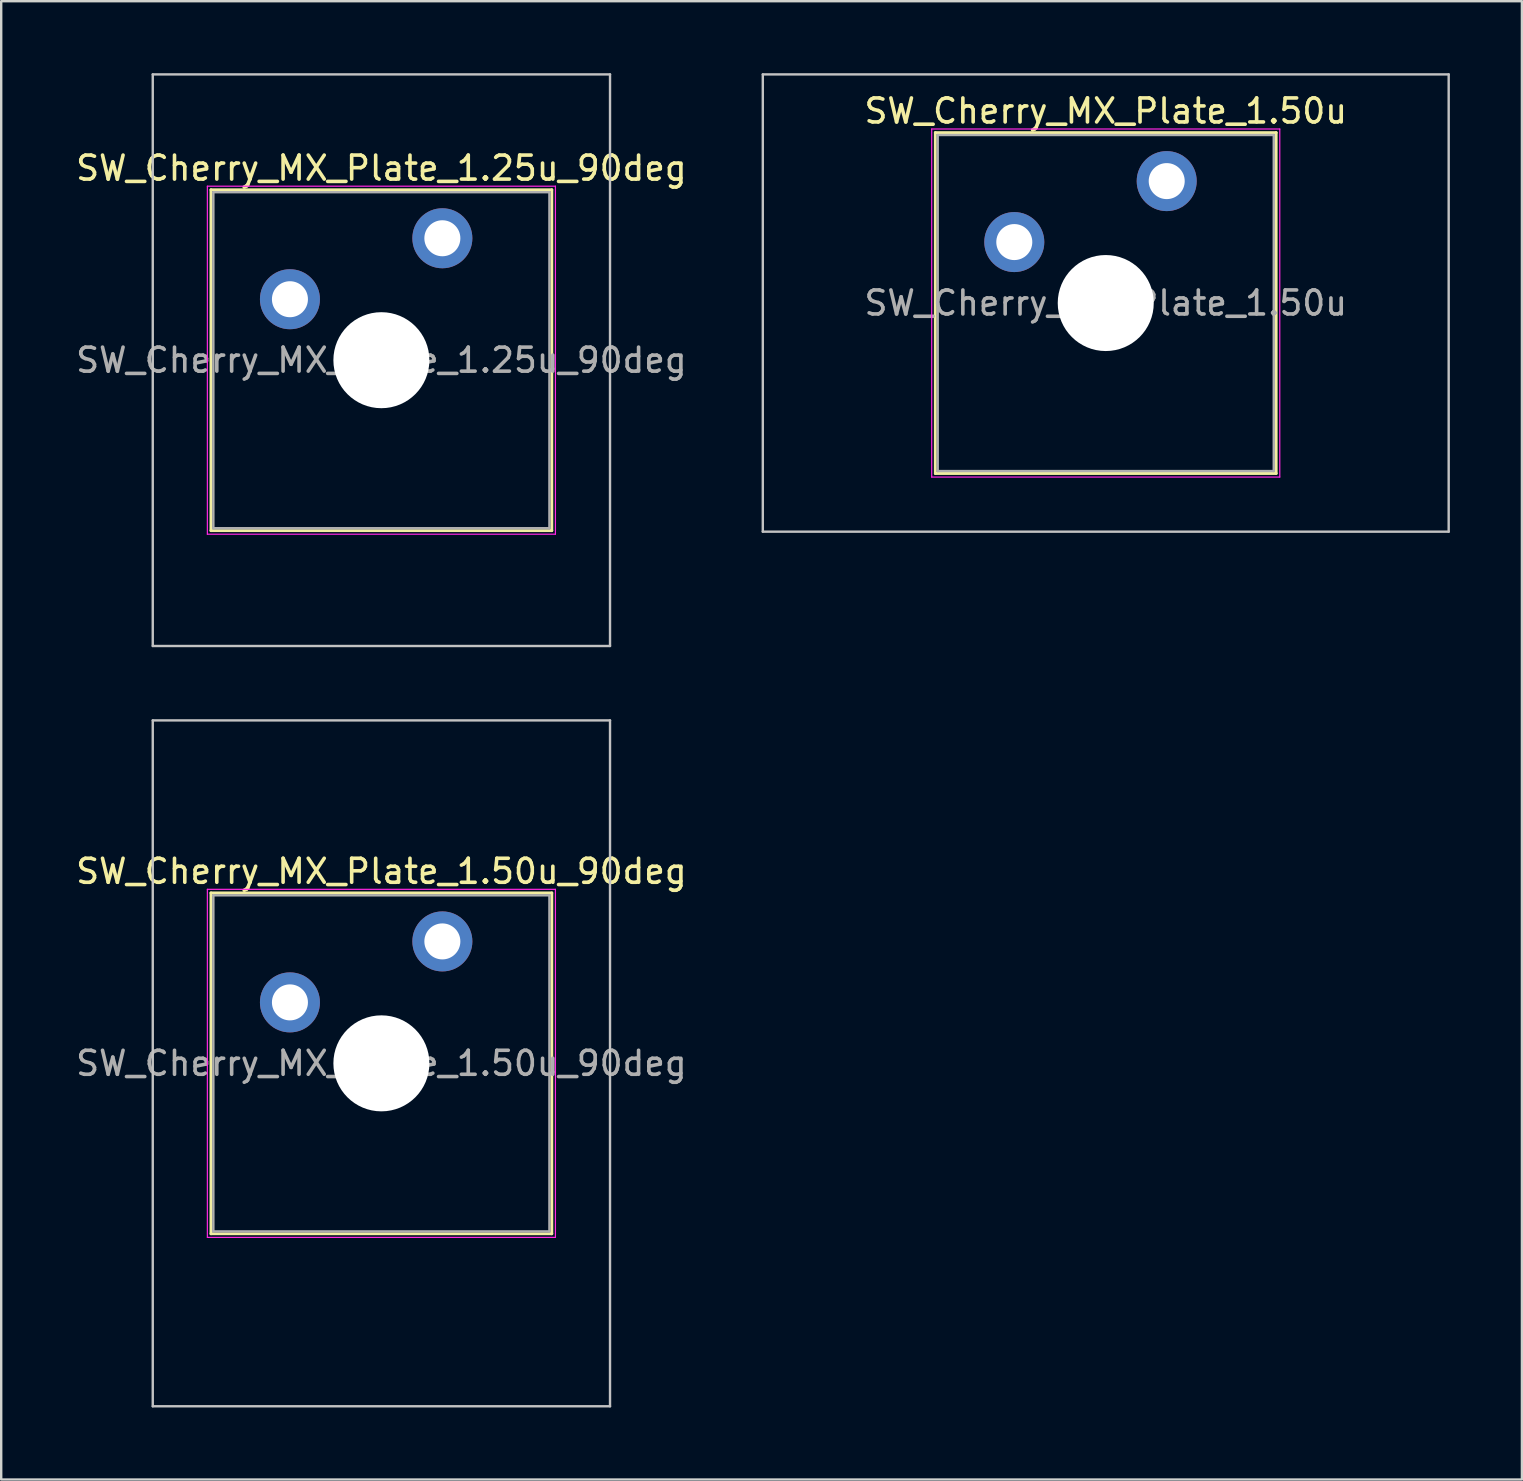
<source format=kicad_pcb>
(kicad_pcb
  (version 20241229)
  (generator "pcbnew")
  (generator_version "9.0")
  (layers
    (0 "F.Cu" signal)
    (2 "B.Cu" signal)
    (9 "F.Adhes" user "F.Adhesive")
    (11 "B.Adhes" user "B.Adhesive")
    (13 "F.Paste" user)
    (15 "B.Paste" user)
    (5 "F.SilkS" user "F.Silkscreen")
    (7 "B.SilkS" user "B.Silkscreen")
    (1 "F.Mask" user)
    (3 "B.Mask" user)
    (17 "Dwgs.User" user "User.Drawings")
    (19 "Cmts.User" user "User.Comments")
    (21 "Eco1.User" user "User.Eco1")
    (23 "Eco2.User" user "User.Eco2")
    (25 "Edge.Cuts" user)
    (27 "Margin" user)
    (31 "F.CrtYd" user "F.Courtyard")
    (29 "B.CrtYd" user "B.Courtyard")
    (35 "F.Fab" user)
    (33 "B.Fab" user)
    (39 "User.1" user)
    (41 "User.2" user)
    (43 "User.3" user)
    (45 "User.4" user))
  (footprint "SW_Cherry_MX_Plate_1.25u_90deg"
    (layer "F.Cu")
    (at 12.839 11.956)
    (property "Reference" "SW_Cherry_MX_Plate_1.25u_90deg" (at 0 -8 0) (layer "F.SilkS") (effects (font (size 1 1) (thickness 0.15))))
    (attr through_hole)
    (fp_line (start -7.1 -7.1) (end -7.1 7.1) (stroke (width 0.12) (type solid)) (layer "F.SilkS"))
    (fp_line (start -7.1 7.1) (end 7.1 7.1) (stroke (width 0.12) (type solid)) (layer "F.SilkS"))
    (fp_line (start 7.1 -7.1) (end -7.1 -7.1) (stroke (width 0.12) (type solid)) (layer "F.SilkS"))
    (fp_line (start 7.1 7.1) (end 7.1 -7.1) (stroke (width 0.12) (type solid)) (layer "F.SilkS"))
    (fp_line (start -9.525 -11.906) (end 9.525 -11.906) (stroke (width 0.1) (type solid)) (layer "Dwgs.User"))
    (fp_line (start -9.525 11.906) (end -9.525 -11.906) (stroke (width 0.1) (type solid)) (layer "Dwgs.User"))
    (fp_line (start 9.525 -11.906) (end 9.525 11.906) (stroke (width 0.1) (type solid)) (layer "Dwgs.User"))
    (fp_line (start 9.525 11.906) (end -9.525 11.906) (stroke (width 0.1) (type solid)) (layer "Dwgs.User"))
    (fp_line (start -7 -7) (end -7 7) (stroke (width 0.1) (type solid)) (layer "Eco1.User"))
    (fp_line (start -7 7) (end 7 7) (stroke (width 0.1) (type solid)) (layer "Eco1.User"))
    (fp_line (start 7 -7) (end -7 -7) (stroke (width 0.1) (type solid)) (layer "Eco1.User"))
    (fp_line (start 7 7) (end 7 -7) (stroke (width 0.1) (type solid)) (layer "Eco1.User"))
    (fp_line (start -7.25 -7.25) (end -7.25 7.25) (stroke (width 0.05) (type solid)) (layer "F.CrtYd"))
    (fp_line (start -7.25 7.25) (end 7.25 7.25) (stroke (width 0.05) (type solid)) (layer "F.CrtYd"))
    (fp_line (start 7.25 -7.25) (end -7.25 -7.25) (stroke (width 0.05) (type solid)) (layer "F.CrtYd"))
    (fp_line (start 7.25 7.25) (end 7.25 -7.25) (stroke (width 0.05) (type solid)) (layer "F.CrtYd"))
    (fp_line (start -7 -7) (end -7 7) (stroke (width 0.1) (type solid)) (layer "F.Fab"))
    (fp_line (start -7 7) (end 7 7) (stroke (width 0.1) (type solid)) (layer "F.Fab"))
    (fp_line (start 7 -7) (end -7 -7) (stroke (width 0.1) (type solid)) (layer "F.Fab"))
    (fp_line (start 7 7) (end 7 -7) (stroke (width 0.1) (type solid)) (layer "F.Fab"))
    (fp_text user "${REFERENCE}" (at 0 0 0) (layer "F.Fab") (effects (font (size 1 1) (thickness 0.15))))
    (pad "" smd circle (at -3.81 -2.54) (size 1.55 1.55) (layers "F.Mask"))
    (pad "" np_thru_hole circle (at 0 0) (size 4 4) (drill 4) (layers "*.Cu" "*.Mask"))
    (pad "" smd circle (at 2.54 -5.08) (size 1.55 1.55) (layers "F.Mask"))
    (pad "1" thru_hole circle (at -3.81 -2.54) (size 2.5 2.5) (drill 1.5) (layers "*.Cu" "B.Mask"))
    (pad "2" thru_hole circle (at 2.54 -5.08) (size 2.5 2.5) (drill 1.5) (layers "*.Cu" "B.Mask")))
  (footprint "SW_Cherry_MX_Plate_1.50u"
    (layer "F.Cu")
    (at 43.016 9.575)
    (property "Reference" "SW_Cherry_MX_Plate_1.50u" (at 0 -8 0) (layer "F.SilkS") (effects (font (size 1 1) (thickness 0.15))))
    (attr through_hole)
    (fp_line (start -7.1 -7.1) (end -7.1 7.1) (stroke (width 0.12) (type solid)) (layer "F.SilkS"))
    (fp_line (start -7.1 7.1) (end 7.1 7.1) (stroke (width 0.12) (type solid)) (layer "F.SilkS"))
    (fp_line (start 7.1 -7.1) (end -7.1 -7.1) (stroke (width 0.12) (type solid)) (layer "F.SilkS"))
    (fp_line (start 7.1 7.1) (end 7.1 -7.1) (stroke (width 0.12) (type solid)) (layer "F.SilkS"))
    (fp_line (start -14.287 -9.525) (end -14.287 9.525) (stroke (width 0.1) (type solid)) (layer "Dwgs.User"))
    (fp_line (start -14.287 9.525) (end 14.287 9.525) (stroke (width 0.1) (type solid)) (layer "Dwgs.User"))
    (fp_line (start 14.287 -9.525) (end -14.287 -9.525) (stroke (width 0.1) (type solid)) (layer "Dwgs.User"))
    (fp_line (start 14.287 9.525) (end 14.287 -9.525) (stroke (width 0.1) (type solid)) (layer "Dwgs.User"))
    (fp_line (start -7 -7) (end -7 7) (stroke (width 0.1) (type solid)) (layer "Eco1.User"))
    (fp_line (start -7 7) (end 7 7) (stroke (width 0.1) (type solid)) (layer "Eco1.User"))
    (fp_line (start 7 -7) (end -7 -7) (stroke (width 0.1) (type solid)) (layer "Eco1.User"))
    (fp_line (start 7 7) (end 7 -7) (stroke (width 0.1) (type solid)) (layer "Eco1.User"))
    (fp_line (start -7.25 -7.25) (end -7.25 7.25) (stroke (width 0.05) (type solid)) (layer "F.CrtYd"))
    (fp_line (start -7.25 7.25) (end 7.25 7.25) (stroke (width 0.05) (type solid)) (layer "F.CrtYd"))
    (fp_line (start 7.25 -7.25) (end -7.25 -7.25) (stroke (width 0.05) (type solid)) (layer "F.CrtYd"))
    (fp_line (start 7.25 7.25) (end 7.25 -7.25) (stroke (width 0.05) (type solid)) (layer "F.CrtYd"))
    (fp_line (start -7 -7) (end -7 7) (stroke (width 0.1) (type solid)) (layer "F.Fab"))
    (fp_line (start -7 7) (end 7 7) (stroke (width 0.1) (type solid)) (layer "F.Fab"))
    (fp_line (start 7 -7) (end -7 -7) (stroke (width 0.1) (type solid)) (layer "F.Fab"))
    (fp_line (start 7 7) (end 7 -7) (stroke (width 0.1) (type solid)) (layer "F.Fab"))
    (fp_text user "${REFERENCE}" (at 0 0 0) (layer "F.Fab") (effects (font (size 1 1) (thickness 0.15))))
    (pad "" smd circle (at -3.81 -2.54) (size 1.55 1.55) (layers "F.Mask"))
    (pad "" np_thru_hole circle (at 0 0) (size 4 4) (drill 4) (layers "*.Cu" "*.Mask"))
    (pad "" smd circle (at 2.54 -5.08) (size 1.55 1.55) (layers "F.Mask"))
    (pad "1" thru_hole circle (at -3.81 -2.54) (size 2.5 2.5) (drill 1.5) (layers "*.Cu" "B.Mask"))
    (pad "2" thru_hole circle (at 2.54 -5.08) (size 2.5 2.5) (drill 1.5) (layers "*.Cu" "B.Mask")))
  (footprint "SW_Cherry_MX_Plate_1.50u_90deg"
    (layer "F.Cu")
    (at 12.839 41.25)
    (property "Reference" "SW_Cherry_MX_Plate_1.50u_90deg" (at 0 -8 0) (layer "F.SilkS") (effects (font (size 1 1) (thickness 0.15))))
    (attr through_hole)
    (fp_line (start -7.1 -7.1) (end -7.1 7.1) (stroke (width 0.12) (type solid)) (layer "F.SilkS"))
    (fp_line (start -7.1 7.1) (end 7.1 7.1) (stroke (width 0.12) (type solid)) (layer "F.SilkS"))
    (fp_line (start 7.1 -7.1) (end -7.1 -7.1) (stroke (width 0.12) (type solid)) (layer "F.SilkS"))
    (fp_line (start 7.1 7.1) (end 7.1 -7.1) (stroke (width 0.12) (type solid)) (layer "F.SilkS"))
    (fp_line (start -9.525 -14.287) (end 9.525 -14.287) (stroke (width 0.1) (type solid)) (layer "Dwgs.User"))
    (fp_line (start -9.525 14.287) (end -9.525 -14.287) (stroke (width 0.1) (type solid)) (layer "Dwgs.User"))
    (fp_line (start 9.525 -14.287) (end 9.525 14.287) (stroke (width 0.1) (type solid)) (layer "Dwgs.User"))
    (fp_line (start 9.525 14.287) (end -9.525 14.287) (stroke (width 0.1) (type solid)) (layer "Dwgs.User"))
    (fp_line (start -7 -7) (end -7 7) (stroke (width 0.1) (type solid)) (layer "Eco1.User"))
    (fp_line (start -7 7) (end 7 7) (stroke (width 0.1) (type solid)) (layer "Eco1.User"))
    (fp_line (start 7 -7) (end -7 -7) (stroke (width 0.1) (type solid)) (layer "Eco1.User"))
    (fp_line (start 7 7) (end 7 -7) (stroke (width 0.1) (type solid)) (layer "Eco1.User"))
    (fp_line (start -7.25 -7.25) (end -7.25 7.25) (stroke (width 0.05) (type solid)) (layer "F.CrtYd"))
    (fp_line (start -7.25 7.25) (end 7.25 7.25) (stroke (width 0.05) (type solid)) (layer "F.CrtYd"))
    (fp_line (start 7.25 -7.25) (end -7.25 -7.25) (stroke (width 0.05) (type solid)) (layer "F.CrtYd"))
    (fp_line (start 7.25 7.25) (end 7.25 -7.25) (stroke (width 0.05) (type solid)) (layer "F.CrtYd"))
    (fp_line (start -7 -7) (end -7 7) (stroke (width 0.1) (type solid)) (layer "F.Fab"))
    (fp_line (start -7 7) (end 7 7) (stroke (width 0.1) (type solid)) (layer "F.Fab"))
    (fp_line (start 7 -7) (end -7 -7) (stroke (width 0.1) (type solid)) (layer "F.Fab"))
    (fp_line (start 7 7) (end 7 -7) (stroke (width 0.1) (type solid)) (layer "F.Fab"))
    (fp_text user "${REFERENCE}" (at 0 0 0) (layer "F.Fab") (effects (font (size 1 1) (thickness 0.15))))
    (pad "" smd circle (at -3.81 -2.54) (size 1.55 1.55) (layers "F.Mask"))
    (pad "" np_thru_hole circle (at 0 0) (size 4 4) (drill 4) (layers "*.Cu" "*.Mask"))
    (pad "" smd circle (at 2.54 -5.08) (size 1.55 1.55) (layers "F.Mask"))
    (pad "1" thru_hole circle (at -3.81 -2.54) (size 2.5 2.5) (drill 1.5) (layers "*.Cu" "B.Mask"))
    (pad "2" thru_hole circle (at 2.54 -5.08) (size 2.5 2.5) (drill 1.5) (layers "*.Cu" "B.Mask")))
  (gr_rect
    (start -3 -3)
    (end 60.354 58.587)
    (stroke (width 0.1) (type default))
    (fill no)
    (layer "Edge.Cuts")))
</source>
